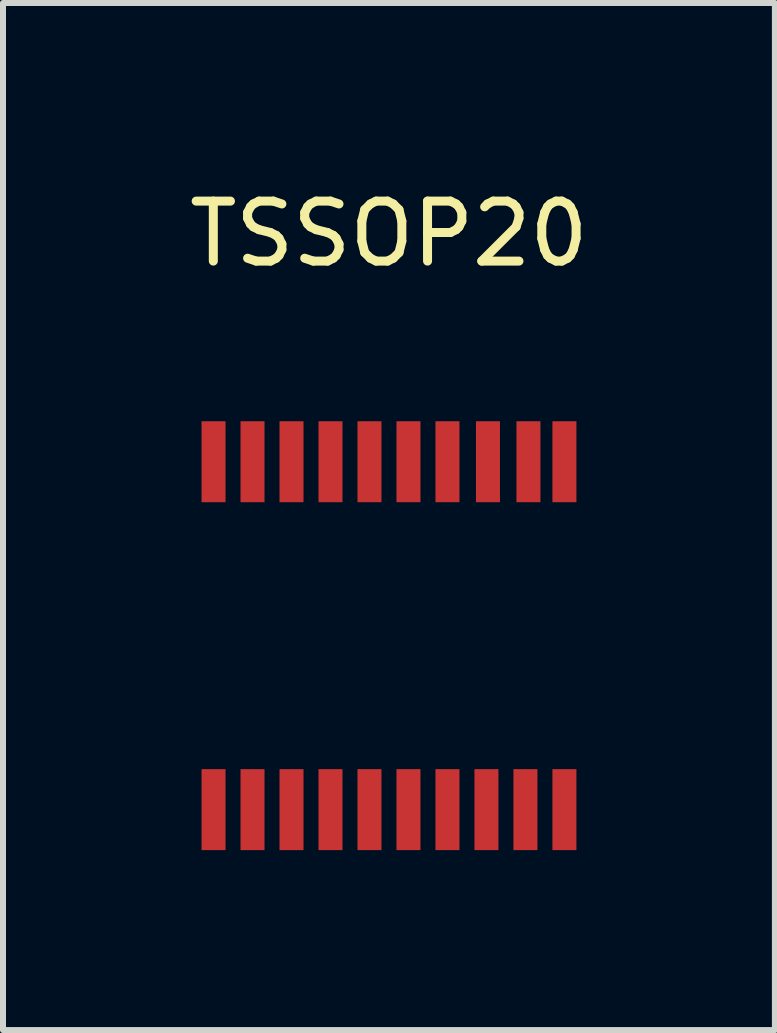
<source format=kicad_pcb>
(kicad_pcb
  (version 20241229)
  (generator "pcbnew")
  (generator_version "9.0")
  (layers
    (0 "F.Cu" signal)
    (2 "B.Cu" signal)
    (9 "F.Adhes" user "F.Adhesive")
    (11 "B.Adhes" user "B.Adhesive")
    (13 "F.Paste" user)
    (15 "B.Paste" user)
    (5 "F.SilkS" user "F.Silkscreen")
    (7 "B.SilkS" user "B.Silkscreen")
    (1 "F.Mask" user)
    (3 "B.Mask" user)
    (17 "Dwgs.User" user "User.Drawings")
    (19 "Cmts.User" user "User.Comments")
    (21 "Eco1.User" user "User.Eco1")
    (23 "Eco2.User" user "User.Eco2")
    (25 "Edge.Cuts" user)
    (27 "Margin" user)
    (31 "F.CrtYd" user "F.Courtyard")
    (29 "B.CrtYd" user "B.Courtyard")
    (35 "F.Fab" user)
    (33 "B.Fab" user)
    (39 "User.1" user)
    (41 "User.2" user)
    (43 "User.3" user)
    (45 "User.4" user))
  (footprint "TSSOP20"
    (layer "F.Cu")
    (at 3.435 7.548)
    (property "Reference" "TSSOP20" (at 0 -6.7 0) (layer "F.SilkS") (effects (font (size 1 1) (thickness 0.15))))
    (attr through_hole)
    (pad "1" smd rect (at -2.925 2.9) (size 0.4 1.35) (layers "F.Cu" "F.Mask" "F.Paste"))
    (pad "2" smd rect (at -2.275 2.9) (size 0.4 1.35) (layers "F.Cu" "F.Mask" "F.Paste"))
    (pad "3" smd rect (at -1.625 2.9) (size 0.4 1.35) (layers "F.Cu" "F.Mask" "F.Paste"))
    (pad "4" smd rect (at -0.975 2.9) (size 0.4 1.35) (layers "F.Cu" "F.Mask" "F.Paste"))
    (pad "5" smd rect (at -0.325 2.9) (size 0.4 1.35) (layers "F.Cu" "F.Mask" "F.Paste"))
    (pad "6" smd rect (at 0.325 2.9) (size 0.4 1.35) (layers "F.Cu" "F.Mask" "F.Paste"))
    (pad "7" smd rect (at 0.975 2.9) (size 0.4 1.35) (layers "F.Cu" "F.Mask" "F.Paste"))
    (pad "8" smd rect (at 1.625 2.9) (size 0.4 1.35) (layers "F.Cu" "F.Mask" "F.Paste"))
    (pad "9" smd rect (at 2.275 2.9) (size 0.4 1.35) (layers "F.Cu" "F.Mask" "F.Paste"))
    (pad "10" smd rect (at 2.925 2.9) (size 0.4 1.35) (layers "F.Cu" "F.Mask" "F.Paste"))
    (pad "11" smd rect (at 2.925 -2.9) (size 0.4 1.35) (layers "F.Cu" "F.Mask" "F.Paste"))
    (pad "12" smd rect (at 2.325 -2.9) (size 0.4 1.35) (layers "F.Cu" "F.Mask" "F.Paste"))
    (pad "13" smd rect (at 1.65 -2.9) (size 0.4 1.35) (layers "F.Cu" "F.Mask" "F.Paste"))
    (pad "14" smd rect (at 0.975 -2.9) (size 0.4 1.35) (layers "F.Cu" "F.Mask" "F.Paste"))
    (pad "15" smd rect (at 0.325 -2.9) (size 0.4 1.35) (layers "F.Cu" "F.Mask" "F.Paste"))
    (pad "16" smd rect (at -0.325 -2.9) (size 0.4 1.35) (layers "F.Cu" "F.Mask" "F.Paste"))
    (pad "17" smd rect (at -0.975 -2.9) (size 0.4 1.35) (layers "F.Cu" "F.Mask" "F.Paste"))
    (pad "18" smd rect (at -1.625 -2.9) (size 0.4 1.35) (layers "F.Cu" "F.Mask" "F.Paste"))
    (pad "19" smd rect (at -2.275 -2.9) (size 0.4 1.35) (layers "F.Cu" "F.Mask" "F.Paste"))
    (pad "20" smd rect (at -2.925 -2.9) (size 0.4 1.35) (layers "F.Cu" "F.Mask" "F.Paste")))
  (gr_rect
    (start -3 -3)
    (end 9.869 14.123)
    (stroke (width 0.1) (type default))
    (fill no)
    (layer "Edge.Cuts")))
</source>
